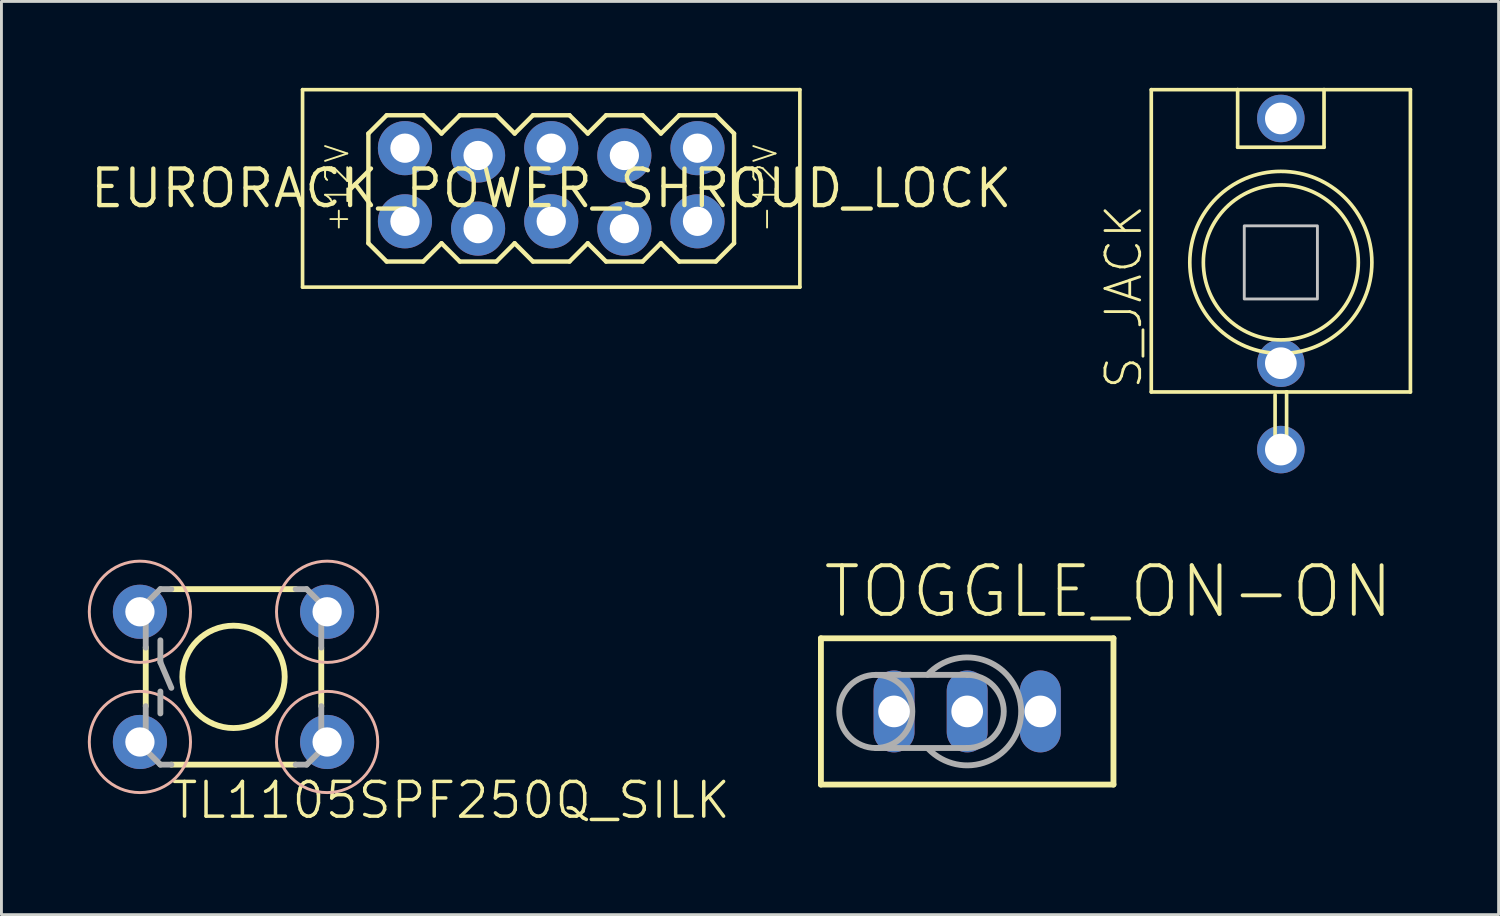
<source format=kicad_pcb>
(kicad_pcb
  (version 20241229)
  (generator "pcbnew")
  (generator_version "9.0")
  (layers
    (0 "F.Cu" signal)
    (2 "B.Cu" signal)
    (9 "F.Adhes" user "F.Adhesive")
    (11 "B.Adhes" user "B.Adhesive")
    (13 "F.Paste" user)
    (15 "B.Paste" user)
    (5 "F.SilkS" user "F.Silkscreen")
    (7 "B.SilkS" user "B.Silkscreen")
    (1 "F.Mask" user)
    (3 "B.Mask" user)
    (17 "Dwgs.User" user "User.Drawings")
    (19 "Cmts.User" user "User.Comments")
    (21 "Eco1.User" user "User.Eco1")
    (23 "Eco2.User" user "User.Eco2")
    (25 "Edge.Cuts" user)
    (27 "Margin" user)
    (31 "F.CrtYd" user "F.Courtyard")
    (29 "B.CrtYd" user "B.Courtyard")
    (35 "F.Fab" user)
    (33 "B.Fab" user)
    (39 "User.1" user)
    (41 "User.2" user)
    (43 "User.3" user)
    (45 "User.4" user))
  (footprint "TOGGLE_ON-ON"
    (layer "F.Cu")
    (at 30.541 21.658)
    (property "Reference" "TOGGLE_ON-ON" (at -5.08 -3.175 0) (layer "F.SilkS") (effects (font (size 1.689 1.689) (thickness 0.135)) (justify left bottom)))
    (attr through_hole)
    (fp_line (start -5.08 -2.54) (end 5.08 -2.54) (stroke (width 0.203) (type solid)) (layer "F.SilkS"))
    (fp_line (start -5.08 2.54) (end -5.08 -2.54) (stroke (width 0.203) (type solid)) (layer "F.SilkS"))
    (fp_line (start 5.08 -2.54) (end 5.08 2.54) (stroke (width 0.203) (type solid)) (layer "F.SilkS"))
    (fp_line (start 5.08 2.54) (end -5.08 2.54) (stroke (width 0.203) (type solid)) (layer "F.SilkS"))
    (fp_line (start -3.175 -1.27) (end 0 -1.27) (stroke (width 0.203) (type solid)) (layer "F.Fab"))
    (fp_line (start -3.175 1.27) (end 0 1.27) (stroke (width 0.203) (type solid)) (layer "F.Fab"))
    (fp_arc (start -1.375 -1.275) (mid 1.874583 -0.018928) (end -1.35 1.3) (stroke (width 0.2032) (type solid)) (layer "F.Fab"))
    (fp_arc (start 0 -1.27) (mid 1.27 0) (end 0 1.27) (stroke (width 0.2032) (type solid)) (layer "F.Fab"))
    (fp_circle (center -3.175 0) (end -1.905 0) (stroke (width 0.203) (type solid)) (fill no) (layer "F.Fab"))
    (pad "1" thru_hole oval (at -2.54 0 90) (size 2.845 1.422) (drill 1.1) (layers "*.Cu" "*.Mask"))
    (pad "2" thru_hole oval (at 0 0 90) (size 2.845 1.422) (drill 1.1) (layers "*.Cu" "*.Mask"))
    (pad "3" thru_hole oval (at 2.54 0 90) (size 2.845 1.422) (drill 1.1) (layers "*.Cu" "*.Mask")))
  (footprint "S_JACK"
    (layer "F.Cu")
    (at 41.434 6.064)
    (property "Reference" "S_JACK" (at -4.75 4.47 90) (layer "F.SilkS") (effects (font (size 1.206 1.206) (thickness 0.097)) (justify left bottom)))
    (attr through_hole)
    (fp_line (start -4.5 -6) (end -4.5 4.5) (stroke (width 0.127) (type solid)) (layer "F.SilkS"))
    (fp_line (start -4.5 -6) (end -1.5 -6) (stroke (width 0.127) (type solid)) (layer "F.SilkS"))
    (fp_line (start -4.5 4.5) (end 0.2 4.5) (stroke (width 0.127) (type solid)) (layer "F.SilkS"))
    (fp_line (start -1.5 -6) (end -1.5 -4) (stroke (width 0.127) (type solid)) (layer "F.SilkS"))
    (fp_line (start -1.5 -6) (end 1.5 -6) (stroke (width 0.127) (type solid)) (layer "F.SilkS"))
    (fp_line (start -1.5 -4) (end 1.5 -4) (stroke (width 0.127) (type solid)) (layer "F.SilkS"))
    (fp_line (start -0.2 4.6) (end -0.2 6.7) (stroke (width 0.127) (type solid)) (layer "F.SilkS"))
    (fp_line (start -0.2 6.7) (end 0.2 6.7) (stroke (width 0.127) (type solid)) (layer "F.SilkS"))
    (fp_line (start 0.2 4.5) (end 4.5 4.5) (stroke (width 0.127) (type solid)) (layer "F.SilkS"))
    (fp_line (start 0.2 6.7) (end 0.2 4.5) (stroke (width 0.127) (type solid)) (layer "F.SilkS"))
    (fp_line (start 1.5 -6) (end 4.5 -6) (stroke (width 0.127) (type solid)) (layer "F.SilkS"))
    (fp_line (start 1.5 -4) (end 1.5 -6) (stroke (width 0.127) (type solid)) (layer "F.SilkS"))
    (fp_line (start 4.5 4.5) (end 4.5 -6) (stroke (width 0.127) (type solid)) (layer "F.SilkS"))
    (fp_circle (center 0 0) (end 2.691 0) (stroke (width 0.127) (type solid)) (fill no) (layer "F.SilkS"))
    (fp_circle (center 0 0) (end 3.162 0) (stroke (width 0.127) (type solid)) (fill no) (layer "F.SilkS"))
    (fp_poly (pts (xy -1.27 1.27) (xy 1.27 1.27) (xy 1.27 -1.27) (xy -1.27 -1.27)) (stroke (width 0.1) (type solid)) (fill no) (layer "Dwgs.User"))
    (pad "GND" thru_hole circle (at 0 6.5) (size 1.65 1.65) (drill 1.1) (layers "*.Cu" "*.Mask"))
    (pad "NORM" thru_hole circle (at 0 3.5) (size 1.65 1.65) (drill 1.1) (layers "*.Cu" "*.Mask"))
    (pad "TIP" thru_hole circle (at 0 -5) (size 1.65 1.65) (drill 1.1) (layers "*.Cu" "*.Mask")))
  (footprint "EURORACK_POWER_SHROUD_LOCK"
    (layer "F.Cu")
    (at 16.094 3.493)
    (property "Reference" "EURORACK_POWER_SHROUD_LOCK" (at 0 0 0) (layer "F.SilkS") (effects (font (size 1.27 1.27) (thickness 0.15))))
    (attr through_hole)
    (fp_line (start -8.636 -3.429) (end 8.636 -3.429) (stroke (width 0.127) (type solid)) (layer "F.SilkS"))
    (fp_line (start -8.636 3.429) (end -8.636 -3.429) (stroke (width 0.127) (type solid)) (layer "F.SilkS"))
    (fp_line (start -6.35 -1.905) (end -6.35 1.905) (stroke (width 0.152) (type solid)) (layer "F.SilkS"))
    (fp_line (start -6.35 1.905) (end -5.715 2.54) (stroke (width 0.152) (type solid)) (layer "F.SilkS"))
    (fp_line (start -5.715 -2.54) (end -6.35 -1.905) (stroke (width 0.152) (type solid)) (layer "F.SilkS"))
    (fp_line (start -5.715 -2.54) (end -4.445 -2.54) (stroke (width 0.152) (type solid)) (layer "F.SilkS"))
    (fp_line (start -4.445 -2.54) (end -3.81 -1.905) (stroke (width 0.152) (type solid)) (layer "F.SilkS"))
    (fp_line (start -4.445 2.54) (end -5.715 2.54) (stroke (width 0.152) (type solid)) (layer "F.SilkS"))
    (fp_line (start -3.81 -1.905) (end -3.175 -2.54) (stroke (width 0.152) (type solid)) (layer "F.SilkS"))
    (fp_line (start -3.81 1.905) (end -4.445 2.54) (stroke (width 0.152) (type solid)) (layer "F.SilkS"))
    (fp_line (start -3.175 -2.54) (end -1.905 -2.54) (stroke (width 0.152) (type solid)) (layer "F.SilkS"))
    (fp_line (start -3.175 2.54) (end -3.81 1.905) (stroke (width 0.152) (type solid)) (layer "F.SilkS"))
    (fp_line (start -1.905 -2.54) (end -1.27 -1.905) (stroke (width 0.152) (type solid)) (layer "F.SilkS"))
    (fp_line (start -1.905 2.54) (end -3.175 2.54) (stroke (width 0.152) (type solid)) (layer "F.SilkS"))
    (fp_line (start -1.27 -1.905) (end -0.635 -2.54) (stroke (width 0.152) (type solid)) (layer "F.SilkS"))
    (fp_line (start -1.27 1.905) (end -1.905 2.54) (stroke (width 0.152) (type solid)) (layer "F.SilkS"))
    (fp_line (start -0.635 -2.54) (end 0.635 -2.54) (stroke (width 0.152) (type solid)) (layer "F.SilkS"))
    (fp_line (start -0.635 2.54) (end -1.27 1.905) (stroke (width 0.152) (type solid)) (layer "F.SilkS"))
    (fp_line (start 0.635 -2.54) (end 1.27 -1.905) (stroke (width 0.152) (type solid)) (layer "F.SilkS"))
    (fp_line (start 0.635 2.54) (end -0.635 2.54) (stroke (width 0.152) (type solid)) (layer "F.SilkS"))
    (fp_line (start 1.27 1.905) (end 0.635 2.54) (stroke (width 0.152) (type solid)) (layer "F.SilkS"))
    (fp_line (start 1.27 1.905) (end 1.905 2.54) (stroke (width 0.152) (type solid)) (layer "F.SilkS"))
    (fp_line (start 1.905 -2.54) (end 1.27 -1.905) (stroke (width 0.152) (type solid)) (layer "F.SilkS"))
    (fp_line (start 1.905 -2.54) (end 3.175 -2.54) (stroke (width 0.152) (type solid)) (layer "F.SilkS"))
    (fp_line (start 3.175 -2.54) (end 3.81 -1.905) (stroke (width 0.152) (type solid)) (layer "F.SilkS"))
    (fp_line (start 3.175 2.54) (end 1.905 2.54) (stroke (width 0.152) (type solid)) (layer "F.SilkS"))
    (fp_line (start 3.81 -1.905) (end 4.445 -2.54) (stroke (width 0.152) (type solid)) (layer "F.SilkS"))
    (fp_line (start 3.81 1.905) (end 3.175 2.54) (stroke (width 0.152) (type solid)) (layer "F.SilkS"))
    (fp_line (start 4.445 -2.54) (end 5.715 -2.54) (stroke (width 0.152) (type solid)) (layer "F.SilkS"))
    (fp_line (start 4.445 2.54) (end 3.81 1.905) (stroke (width 0.152) (type solid)) (layer "F.SilkS"))
    (fp_line (start 5.715 -2.54) (end 6.35 -1.905) (stroke (width 0.152) (type solid)) (layer "F.SilkS"))
    (fp_line (start 5.715 2.54) (end 4.445 2.54) (stroke (width 0.152) (type solid)) (layer "F.SilkS"))
    (fp_line (start 6.35 -1.905) (end 6.35 1.905) (stroke (width 0.152) (type solid)) (layer "F.SilkS"))
    (fp_line (start 6.35 1.905) (end 5.715 2.54) (stroke (width 0.152) (type solid)) (layer "F.SilkS"))
    (fp_line (start 8.636 -3.429) (end 8.636 3.429) (stroke (width 0.127) (type solid)) (layer "F.SilkS"))
    (fp_line (start 8.636 3.429) (end -8.636 3.429) (stroke (width 0.127) (type solid)) (layer "F.SilkS"))
    (fp_text user "-12V" (at 6.985 0 90) (layer "F.SilkS") (effects (font (size 0.772 0.772) (thickness 0.065)) (justify top)))
    (fp_text user "+12V" (at -6.985 0 90) (layer "F.SilkS") (effects (font (size 0.772 0.772) (thickness 0.065)) (justify bottom)))
    (pad "+12V0" thru_hole circle (at -5.08 -1.397) (size 1.88 1.88) (drill 1.016) (layers "*.Cu" "*.Mask"))
    (pad "+12V1" thru_hole circle (at -5.08 1.143) (size 1.88 1.88) (drill 1.016) (layers "*.Cu" "*.Mask"))
    (pad "-12V0" thru_hole circle (at 5.08 -1.397) (size 1.88 1.88) (drill 1.016) (layers "*.Cu" "*.Mask"))
    (pad "-12V1" thru_hole circle (at 5.08 1.143) (size 1.88 1.88) (drill 1.016) (layers "*.Cu" "*.Mask"))
    (pad "GND0" thru_hole circle (at -2.54 -1.143) (size 1.88 1.88) (drill 1.016) (layers "*.Cu" "*.Mask"))
    (pad "GND1" thru_hole circle (at 0 -1.397) (size 1.88 1.88) (drill 1.016) (layers "*.Cu" "*.Mask"))
    (pad "GND2" thru_hole circle (at 2.54 -1.143) (size 1.88 1.88) (drill 1.016) (layers "*.Cu" "*.Mask"))
    (pad "GND3" thru_hole circle (at -2.54 1.397) (size 1.88 1.88) (drill 1.016) (layers "*.Cu" "*.Mask"))
    (pad "GND4" thru_hole circle (at 0 1.143) (size 1.88 1.88) (drill 1.016) (layers "*.Cu" "*.Mask"))
    (pad "GND5" thru_hole circle (at 2.54 1.397) (size 1.88 1.88) (drill 1.016) (layers "*.Cu" "*.Mask")))
  (footprint "TL1105SPF250Q_SILK"
    (layer "F.Cu")
    (at 5.06 20.458)
    (property "Reference" "TL1105SPF250Q_SILK" (at -2.24 4.99 180) (layer "F.SilkS") (effects (font (size 1.206 1.206) (thickness 0.121)) (justify left bottom)))
    (attr through_hole)
    (fp_line (start -3.048 -1.028) (end -3.048 1.016) (stroke (width 0.203) (type solid)) (layer "F.SilkS"))
    (fp_line (start -2.159 3.048) (end 2.159 3.048) (stroke (width 0.203) (type solid)) (layer "F.SilkS"))
    (fp_line (start 2.159 -3.048) (end -2.159 -3.048) (stroke (width 0.203) (type solid)) (layer "F.SilkS"))
    (fp_line (start 3.048 -0.998) (end 3.048 1.016) (stroke (width 0.203) (type solid)) (layer "F.SilkS"))
    (fp_circle (center 0 0) (end 1.778 0) (stroke (width 0.203) (type solid)) (fill no) (layer "F.SilkS"))
    (fp_circle (center -3.251 -2.261) (end -1.493 -2.261) (stroke (width 0.102) (type solid)) (fill no) (layer "B.SilkS"))
    (fp_circle (center -3.251 2.261) (end -1.493 2.261) (stroke (width 0.102) (type solid)) (fill no) (layer "B.SilkS"))
    (fp_circle (center 3.251 -2.261) (end 5.009 -2.261) (stroke (width 0.102) (type solid)) (fill no) (layer "B.SilkS"))
    (fp_circle (center 3.251 2.261) (end 5.009 2.261) (stroke (width 0.102) (type solid)) (fill no) (layer "B.SilkS"))
    (fp_line (start -3.048 -2.54) (end -3.048 -1.016) (stroke (width 0.203) (type solid)) (layer "F.Fab"))
    (fp_line (start -3.048 2.54) (end -3.048 1.016) (stroke (width 0.203) (type solid)) (layer "F.Fab"))
    (fp_line (start -2.54 -3.048) (end -3.048 -2.54) (stroke (width 0.203) (type solid)) (layer "F.Fab"))
    (fp_line (start -2.54 -3.048) (end -2.159 -3.048) (stroke (width 0.203) (type solid)) (layer "F.Fab"))
    (fp_line (start -2.54 -1.27) (end -2.54 -0.508) (stroke (width 0.203) (type solid)) (layer "F.Fab"))
    (fp_line (start -2.54 -0.508) (end -2.159 0.381) (stroke (width 0.203) (type solid)) (layer "F.Fab"))
    (fp_line (start -2.54 0.508) (end -2.54 1.27) (stroke (width 0.203) (type solid)) (layer "F.Fab"))
    (fp_line (start -2.54 3.048) (end -3.048 2.54) (stroke (width 0.203) (type solid)) (layer "F.Fab"))
    (fp_line (start -2.54 3.048) (end -2.159 3.048) (stroke (width 0.203) (type solid)) (layer "F.Fab"))
    (fp_line (start 2.54 -3.048) (end 2.159 -3.048) (stroke (width 0.203) (type solid)) (layer "F.Fab"))
    (fp_line (start 2.54 3.048) (end 2.159 3.048) (stroke (width 0.203) (type solid)) (layer "F.Fab"))
    (fp_line (start 2.54 3.048) (end 3.048 2.54) (stroke (width 0.203) (type solid)) (layer "F.Fab"))
    (fp_line (start 3.048 -2.54) (end 2.54 -3.048) (stroke (width 0.203) (type solid)) (layer "F.Fab"))
    (fp_line (start 3.048 -1.016) (end 3.048 -2.54) (stroke (width 0.203) (type solid)) (layer "F.Fab"))
    (fp_line (start 3.048 2.54) (end 3.048 1.016) (stroke (width 0.203) (type solid)) (layer "F.Fab"))
    (pad "1" thru_hole circle (at -3.251 -2.261) (size 1.88 1.88) (drill 1.016) (layers "*.Cu" "*.Mask"))
    (pad "2" thru_hole circle (at 3.251 -2.261) (size 1.88 1.88) (drill 1.016) (layers "*.Cu" "*.Mask"))
    (pad "3" thru_hole circle (at -3.251 2.261) (size 1.88 1.88) (drill 1.016) (layers "*.Cu" "*.Mask"))
    (pad "4" thru_hole circle (at 3.251 2.261) (size 1.88 1.88) (drill 1.016) (layers "*.Cu" "*.Mask")))
  (gr_rect
    (start -3 -3)
    (end 48.997 28.715)
    (stroke (width 0.1) (type default))
    (fill no)
    (layer "Edge.Cuts")))
</source>
